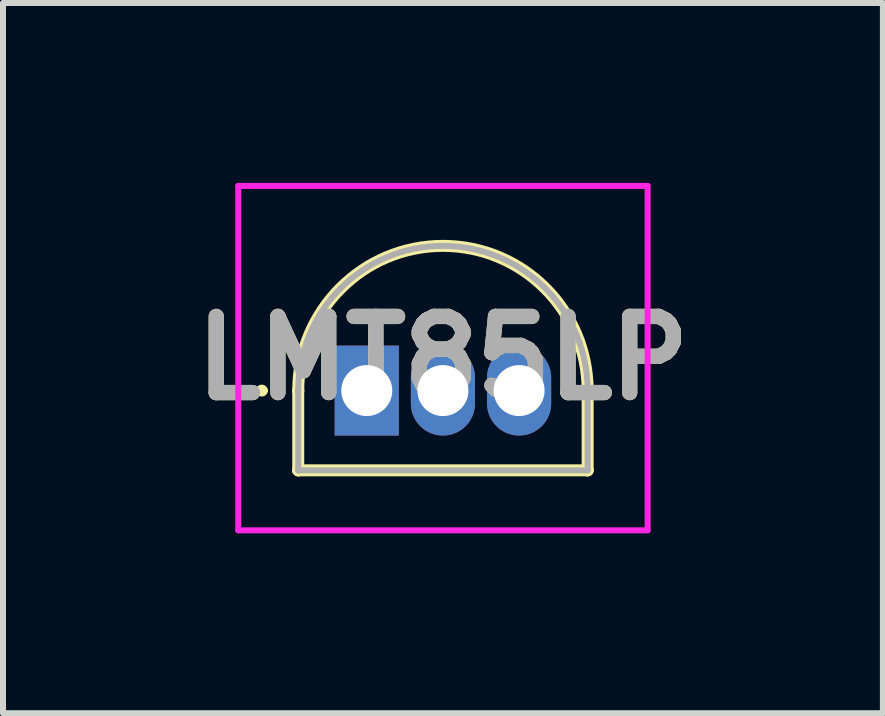
<source format=kicad_pcb>
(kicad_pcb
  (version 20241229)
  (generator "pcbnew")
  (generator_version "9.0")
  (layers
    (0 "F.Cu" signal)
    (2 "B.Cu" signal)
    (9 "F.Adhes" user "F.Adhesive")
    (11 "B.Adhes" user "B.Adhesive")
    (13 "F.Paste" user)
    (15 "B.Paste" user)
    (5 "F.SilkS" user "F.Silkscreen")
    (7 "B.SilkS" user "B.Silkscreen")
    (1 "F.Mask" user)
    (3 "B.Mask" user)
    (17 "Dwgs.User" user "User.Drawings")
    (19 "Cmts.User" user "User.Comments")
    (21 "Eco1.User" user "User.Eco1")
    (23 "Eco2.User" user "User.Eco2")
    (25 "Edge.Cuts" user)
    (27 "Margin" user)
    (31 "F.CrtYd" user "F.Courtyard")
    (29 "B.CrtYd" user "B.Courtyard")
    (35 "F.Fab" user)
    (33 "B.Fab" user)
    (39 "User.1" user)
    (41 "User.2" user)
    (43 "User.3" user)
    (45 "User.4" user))
  (footprint "LMT85LP"
    (layer "F.Cu")
    (at 3.066 3.463)
    (property "Reference" "LMT85LP" (at 1.27 -0.541 0) (layer "F.SilkS") (effects (font (size 1.27 1.27) (thickness 0.254))))
    (attr through_hole)
    (fp_line (start -1.8 0) (end -1.8 0) (stroke (width 0.1) (type solid)) (layer "F.SilkS"))
    (fp_line (start -1.7 0) (end -1.7 0) (stroke (width 0.1) (type solid)) (layer "F.SilkS"))
    (fp_line (start -1.143 0) (end -1.143 0) (stroke (width 0.2) (type solid)) (layer "F.SilkS"))
    (fp_line (start -1.143 1.33) (end -1.143 0) (stroke (width 0.2) (type solid)) (layer "F.SilkS"))
    (fp_line (start -1.143 1.33) (end -1.143 1.33) (stroke (width 0.2) (type solid)) (layer "F.SilkS"))
    (fp_line (start 3.683 0) (end 3.683 1.33) (stroke (width 0.2) (type solid)) (layer "F.SilkS"))
    (fp_line (start 3.683 1.33) (end -1.143 1.33) (stroke (width 0.2) (type solid)) (layer "F.SilkS"))
    (fp_line (start 3.683 1.33) (end 3.683 1.33) (stroke (width 0.2) (type solid)) (layer "F.SilkS"))
    (fp_arc (start -1.8 0) (mid -1.75 -0.05) (end -1.7 0) (stroke (width 0.1) (type solid)) (layer "F.SilkS"))
    (fp_arc (start -1.7 0) (mid -1.75 0.05) (end -1.8 0) (stroke (width 0.1) (type solid)) (layer "F.SilkS"))
    (fp_arc (start -1.143 0) (mid 1.27 -2.413) (end 3.683 0) (stroke (width 0.2) (type solid)) (layer "F.SilkS"))
    (fp_line (start -2.143 -3.413) (end 4.683 -3.413) (stroke (width 0.1) (type solid)) (layer "F.CrtYd"))
    (fp_line (start -2.143 2.33) (end -2.143 -3.413) (stroke (width 0.1) (type solid)) (layer "F.CrtYd"))
    (fp_line (start 4.683 -3.413) (end 4.683 2.33) (stroke (width 0.1) (type solid)) (layer "F.CrtYd"))
    (fp_line (start 4.683 2.33) (end -2.143 2.33) (stroke (width 0.1) (type solid)) (layer "F.CrtYd"))
    (fp_line (start -1.143 0) (end -1.143 0) (stroke (width 0.1) (type solid)) (layer "F.Fab"))
    (fp_line (start -1.143 1.33) (end -1.143 0) (stroke (width 0.1) (type solid)) (layer "F.Fab"))
    (fp_line (start -1.143 1.33) (end -1.143 1.33) (stroke (width 0.1) (type solid)) (layer "F.Fab"))
    (fp_line (start 3.683 0) (end 3.683 1.33) (stroke (width 0.1) (type solid)) (layer "F.Fab"))
    (fp_line (start 3.683 1.33) (end -1.143 1.33) (stroke (width 0.1) (type solid)) (layer "F.Fab"))
    (fp_arc (start -1.143 0) (mid 1.27 -2.413) (end 3.683 0) (stroke (width 0.1) (type solid)) (layer "F.Fab"))
    (fp_text user "${REFERENCE}" (at 1.27 -0.541 0) (layer "F.Fab") (effects (font (size 1.27 1.27) (thickness 0.254))))
    (pad "1" thru_hole rect (at 0 0) (size 1.07 1.5) (drill 0.85) (layers "*.Cu" "*.Mask"))
    (pad "2" thru_hole oval (at 1.27 0) (size 1.07 1.5) (drill 0.85) (layers "*.Cu" "*.Mask"))
    (pad "3" thru_hole oval (at 2.54 0) (size 1.07 1.5) (drill 0.85) (layers "*.Cu" "*.Mask")))
  (gr_rect
    (start -3 -3)
    (end 11.672 8.843)
    (stroke (width 0.1) (type default))
    (fill no)
    (layer "Edge.Cuts")))
</source>
